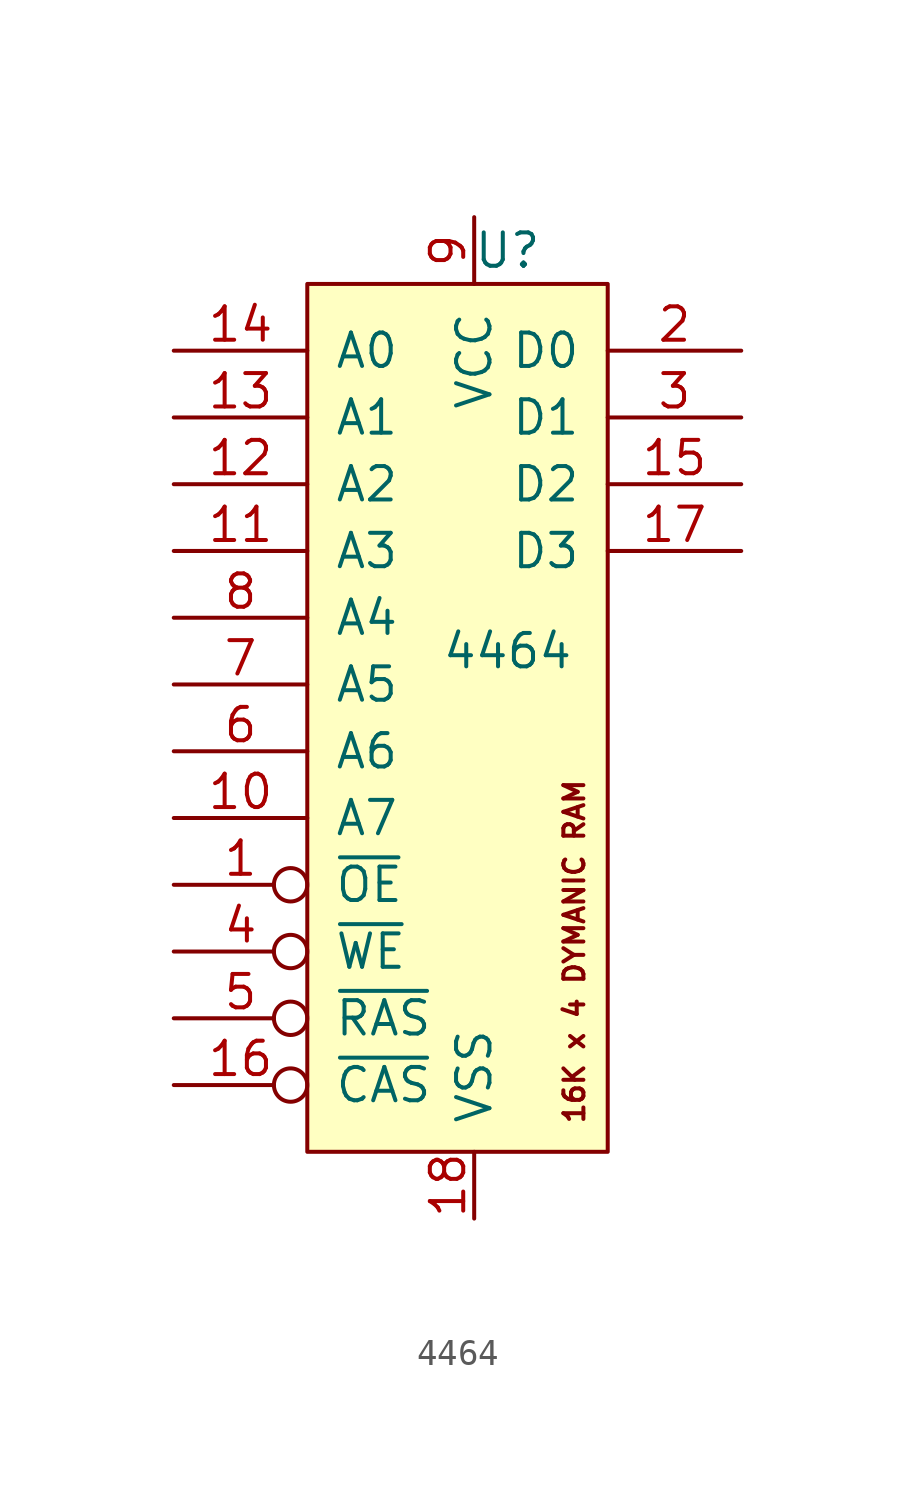
<source format=kicad_sym>
(kicad_symbol_lib
  (version 20211014)
  (generator kicad_symbol_editor)
  (symbol "4464"
    (pin_names
      (offset 1.016))
    (property "Reference" "U"
      (at 1.27 15.24 0)
      (effects (font (size 1.27 1.27))))
    (property "Value" "4464"
      (at 1.27 0 0)
      (effects (font (size 1.27 1.27))))
    (symbol "4464_0_0"
      (rectangle (start -6.35 13.97) (end 5.08 -19.05) (stroke (width 0) (type default) (color 0 0 0 0)) (fill (type background)))
      (text "16K x 4 DYMANIC RAM" (at 3.81 -11.43 900) (effects (font (size 0.762 0.762))))
      (pin input inverted (at -11.43 -8.89 0) (length 5.08) (name "~{OE}" (effects (font (size 1.27 1.27)))) (number "1" (effects (font (size 1.27 1.27)))))
      (pin input inverted (at -11.43 -16.51 0) (length 5.08) (name "~{CAS}" (effects (font (size 1.27 1.27)))) (number "16" (effects (font (size 1.27 1.27)))))
      (pin power_in line (at 0 -21.59 90) (length 2.54) (name "VSS" (effects (font (size 1.27 1.27)))) (number "18" (effects (font (size 1.27 1.27)))))
      (pin input inverted (at -11.43 -11.43 0) (length 5.08) (name "~{WE}" (effects (font (size 1.27 1.27)))) (number "4" (effects (font (size 1.27 1.27)))))
      (pin input inverted (at -11.43 -13.97 0) (length 5.08) (name "~{RAS}" (effects (font (size 1.27 1.27)))) (number "5" (effects (font (size 1.27 1.27)))))
      (pin power_in line (at 0 16.51 270) (length 2.54) (name "VCC" (effects (font (size 1.27 1.27)))) (number "9" (effects (font (size 1.27 1.27))))))
    (symbol "4464_1_1"
      (pin tri_state line (at -11.43 -6.35 0) (length 5.08) (name "A7" (effects (font (size 1.27 1.27)))) (number "10" (effects (font (size 1.27 1.27)))))
      (pin tri_state line (at -11.43 3.81 0) (length 5.08) (name "A3" (effects (font (size 1.27 1.27)))) (number "11" (effects (font (size 1.27 1.27)))))
      (pin tri_state line (at -11.43 6.35 0) (length 5.08) (name "A2" (effects (font (size 1.27 1.27)))) (number "12" (effects (font (size 1.27 1.27)))))
      (pin tri_state line (at -11.43 8.89 0) (length 5.08) (name "A1" (effects (font (size 1.27 1.27)))) (number "13" (effects (font (size 1.27 1.27)))))
      (pin tri_state line (at -11.43 11.43 0) (length 5.08) (name "A0" (effects (font (size 1.27 1.27)))) (number "14" (effects (font (size 1.27 1.27)))))
      (pin tri_state line (at 10.16 6.35 180) (length 5.08) (name "D2" (effects (font (size 1.27 1.27)))) (number "15" (effects (font (size 1.27 1.27)))))
      (pin tri_state line (at 10.16 3.81 180) (length 5.08) (name "D3" (effects (font (size 1.27 1.27)))) (number "17" (effects (font (size 1.27 1.27)))))
      (pin tri_state line (at 10.16 11.43 180) (length 5.08) (name "D0" (effects (font (size 1.27 1.27)))) (number "2" (effects (font (size 1.27 1.27)))))
      (pin tri_state line (at 10.16 8.89 180) (length 5.08) (name "D1" (effects (font (size 1.27 1.27)))) (number "3" (effects (font (size 1.27 1.27)))))
      (pin tri_state line (at -11.43 -3.81 0) (length 5.08) (name "A6" (effects (font (size 1.27 1.27)))) (number "6" (effects (font (size 1.27 1.27)))))
      (pin tri_state line (at -11.43 -1.27 0) (length 5.08) (name "A5" (effects (font (size 1.27 1.27)))) (number "7" (effects (font (size 1.27 1.27)))))
      (pin tri_state line (at -11.43 1.27 0) (length 5.08) (name "A4" (effects (font (size 1.27 1.27)))) (number "8" (effects (font (size 1.27 1.27))))))))
</source>
